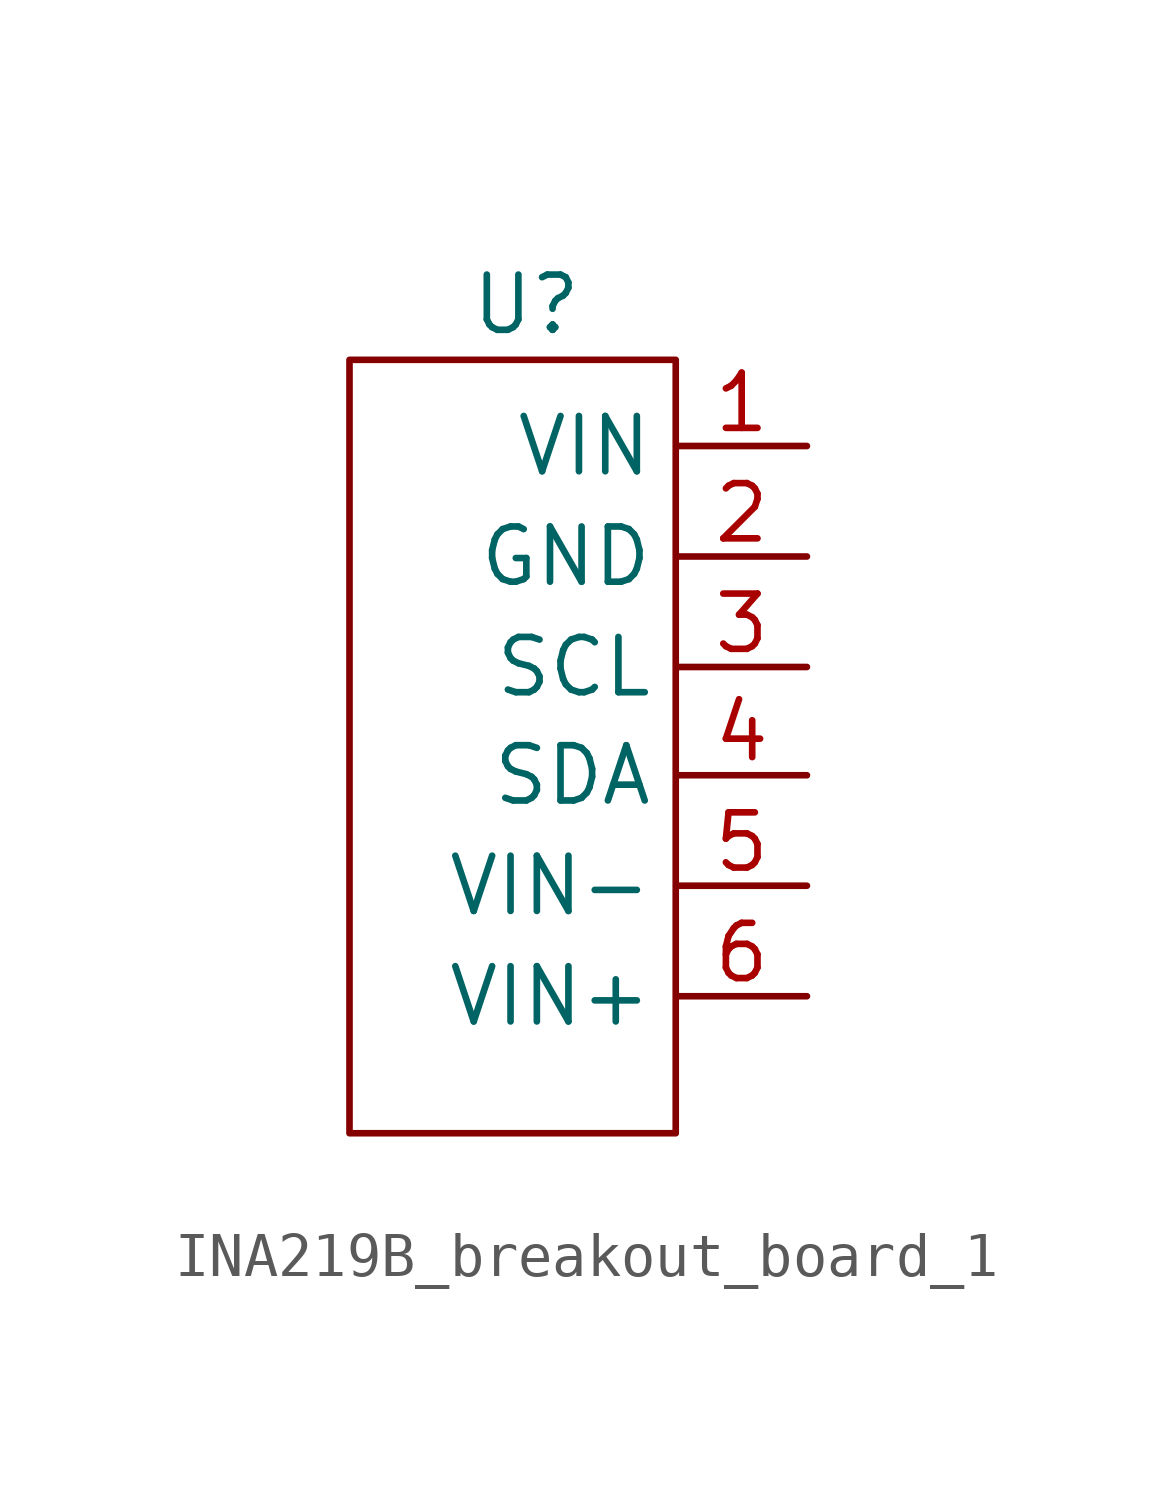
<source format=kicad_sym>
(kicad_symbol_lib
  (version 20241209)
  (generator "kicad_symbol_editor")
  (generator_version "9.0")
  (symbol "INA219B_breakout_board_1"
    (property "Reference" "U"
      (at 4.064 1.27 0)
      (effects (font (size 1.27 1.27))))
    (property "Value" ""
      (at 1.27 -7.62 0)
      (effects (font (size 1.27 1.27))))
    (symbol "INA219B_breakout_board_1_0_1"
      (rectangle (start 0 0) (end 7.5 -17.78) (stroke (width 0) (type default)) (fill (type none))))
    (symbol "INA219B_breakout_board_1_1_1"
      (pin input line (at 10.516 -1.981 180) (length 3) (name "VIN" (effects (font (size 1.27 1.27)))) (number "1" (effects (font (size 1.27 1.27)))))
      (pin passive line (at 10.516 -4.521 180) (length 3) (name "GND" (effects (font (size 1.27 1.27)))) (number "2" (effects (font (size 1.27 1.27)))))
      (pin bidirectional line (at 10.516 -7.061 180) (length 3) (name "SCL" (effects (font (size 1.27 1.27)))) (number "3" (effects (font (size 1.27 1.27)))))
      (pin bidirectional line (at 10.516 -9.55 180) (length 3) (name "SDA" (effects (font (size 1.27 1.27)))) (number "4" (effects (font (size 1.27 1.27)))))
      (pin bidirectional line (at 10.516 -12.09 180) (length 3) (name "VIN-" (effects (font (size 1.27 1.27)))) (number "5" (effects (font (size 1.27 1.27)))))
      (pin bidirectional line (at 10.516 -14.63 180) (length 3) (name "VIN+" (effects (font (size 1.27 1.27)))) (number "6" (effects (font (size 1.27 1.27))))))))
</source>
